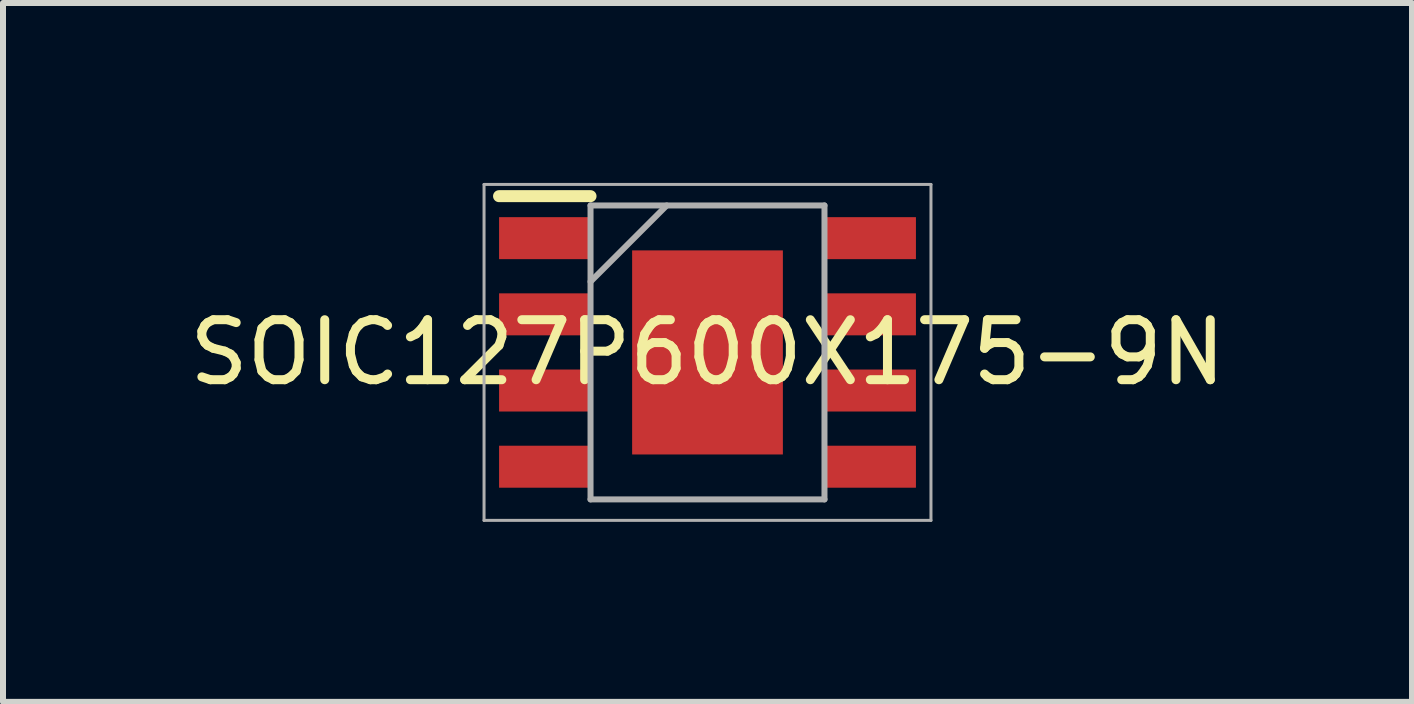
<source format=kicad_pcb>
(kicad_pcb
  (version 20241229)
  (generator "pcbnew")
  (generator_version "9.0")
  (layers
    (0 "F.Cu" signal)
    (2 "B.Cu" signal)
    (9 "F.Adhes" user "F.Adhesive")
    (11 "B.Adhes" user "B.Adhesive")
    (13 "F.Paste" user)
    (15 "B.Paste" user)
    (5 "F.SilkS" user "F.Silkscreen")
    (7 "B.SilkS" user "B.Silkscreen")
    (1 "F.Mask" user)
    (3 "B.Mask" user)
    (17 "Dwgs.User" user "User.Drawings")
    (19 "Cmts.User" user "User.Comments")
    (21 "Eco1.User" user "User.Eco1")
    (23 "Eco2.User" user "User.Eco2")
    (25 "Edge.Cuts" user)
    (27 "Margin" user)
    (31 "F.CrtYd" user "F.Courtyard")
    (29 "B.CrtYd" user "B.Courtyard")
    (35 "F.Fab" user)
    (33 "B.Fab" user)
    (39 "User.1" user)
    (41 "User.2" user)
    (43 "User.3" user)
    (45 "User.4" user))
  (footprint "SOIC127P600X175-9N"
    (layer "F.Cu")
    (at 8.744 2.825)
    (property "Reference" "SOIC127P600X175-9N" (at 0 0 0) (layer "F.SilkS") (effects (font (size 1 1) (thickness 0.15))))
    (attr smd)
    (fp_line (start -3.475 -2.605) (end -1.95 -2.605) (stroke (width 0.2) (type solid)) (layer "F.SilkS"))
    (fp_line (start -3.725 -2.8) (end 3.725 -2.8) (stroke (width 0.05) (type solid)) (layer "F.Fab"))
    (fp_line (start -3.725 2.8) (end -3.725 -2.8) (stroke (width 0.05) (type solid)) (layer "F.Fab"))
    (fp_line (start -1.95 -2.45) (end 1.95 -2.45) (stroke (width 0.1) (type solid)) (layer "F.Fab"))
    (fp_line (start -1.95 -1.18) (end -0.68 -2.45) (stroke (width 0.1) (type solid)) (layer "F.Fab"))
    (fp_line (start -1.95 2.45) (end -1.95 -2.45) (stroke (width 0.1) (type solid)) (layer "F.Fab"))
    (fp_line (start 1.95 -2.45) (end 1.95 2.45) (stroke (width 0.1) (type solid)) (layer "F.Fab"))
    (fp_line (start 1.95 2.45) (end -1.95 2.45) (stroke (width 0.1) (type solid)) (layer "F.Fab"))
    (fp_line (start 3.725 -2.8) (end 3.725 2.8) (stroke (width 0.05) (type solid)) (layer "F.Fab"))
    (fp_line (start 3.725 2.8) (end -3.725 2.8) (stroke (width 0.05) (type solid)) (layer "F.Fab"))
    (pad "1" smd rect (at -2.712 -1.905) (size 1.525 0.7) (layers "F.Cu" "F.Mask" "F.Paste"))
    (pad "2" smd rect (at -2.712 -0.635) (size 1.525 0.7) (layers "F.Cu" "F.Mask" "F.Paste"))
    (pad "3" smd rect (at -2.712 0.635) (size 1.525 0.7) (layers "F.Cu" "F.Mask" "F.Paste"))
    (pad "4" smd rect (at -2.712 1.905) (size 1.525 0.7) (layers "F.Cu" "F.Mask" "F.Paste"))
    (pad "5" smd rect (at 2.712 1.905) (size 1.525 0.7) (layers "F.Cu" "F.Mask" "F.Paste"))
    (pad "6" smd rect (at 2.712 0.635) (size 1.525 0.7) (layers "F.Cu" "F.Mask" "F.Paste"))
    (pad "7" smd rect (at 2.712 -0.635) (size 1.525 0.7) (layers "F.Cu" "F.Mask" "F.Paste"))
    (pad "8" smd rect (at 2.712 -1.905) (size 1.525 0.7) (layers "F.Cu" "F.Mask" "F.Paste"))
    (pad "9" smd rect (at 0 0) (size 2.513 3.402) (layers "F.Cu" "F.Mask" "F.Paste")))
  (gr_rect
    (start -3 -3)
    (end 20.488 8.65)
    (stroke (width 0.1) (type default))
    (fill no)
    (layer "Edge.Cuts")))
</source>
